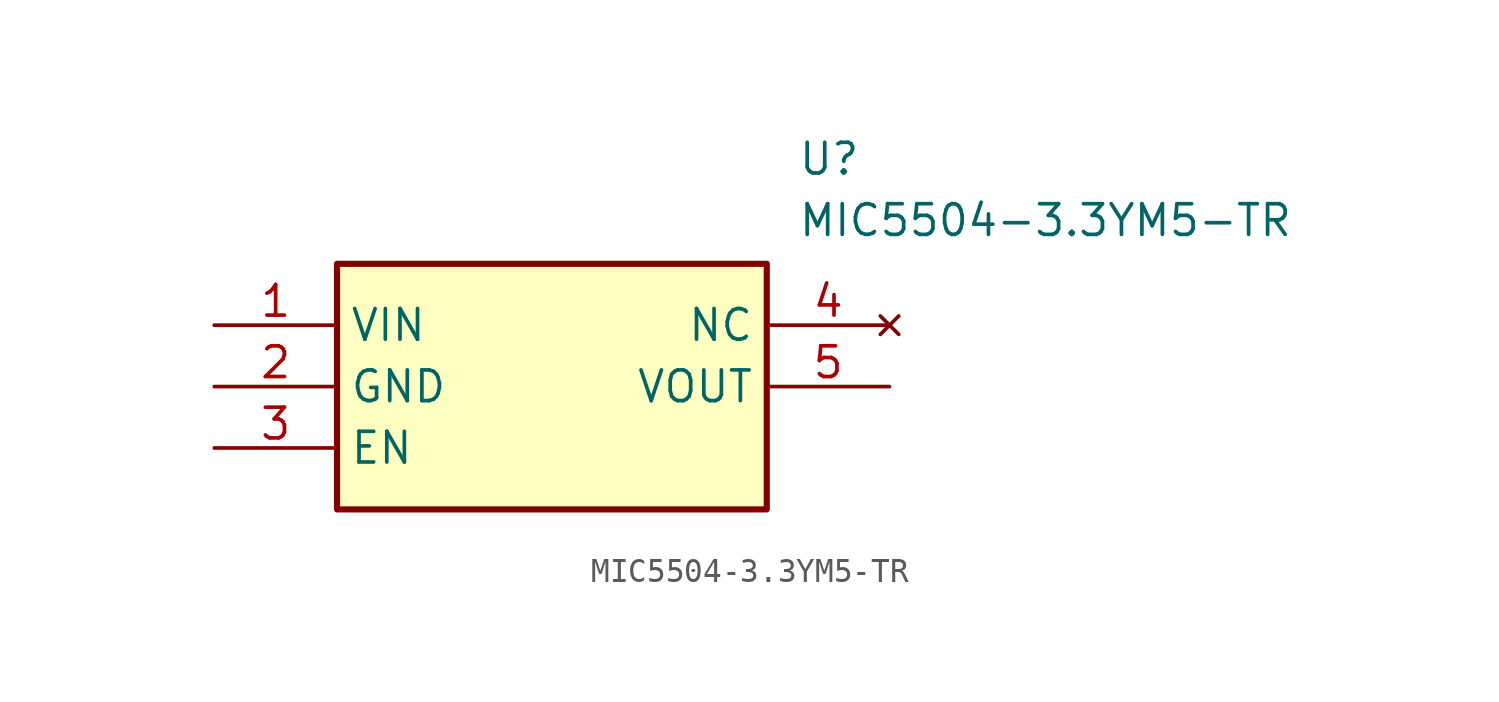
<source format=kicad_sym>
(kicad_symbol_lib
  (version 20231120)
  (generator "kicad_symbol_editor")
  (generator_version "8.0")
  (symbol "MIC5504-3.3YM5-TR"
    (property "Reference" "U"
      (at 24.13 7.62 0)
      (effects (font (size 1.27 1.27)) (justify left top)))
    (property "Value" "MIC5504-3.3YM5-TR"
      (at 24.13 5.08 0)
      (effects (font (size 1.27 1.27)) (justify left top)))
    (symbol "MIC5504-3.3YM5-TR_1_1"
      (rectangle (start 5.08 2.54) (end 22.86 -7.62) (stroke (width 0.254) (type default)) (fill (type background)))
      (pin passive line (at 0 0 0) (length 5.08) (name "VIN" (effects (font (size 1.27 1.27)))) (number "1" (effects (font (size 1.27 1.27)))))
      (pin passive line (at 0 -2.54 0) (length 5.08) (name "GND" (effects (font (size 1.27 1.27)))) (number "2" (effects (font (size 1.27 1.27)))))
      (pin passive line (at 0 -5.08 0) (length 5.08) (name "EN" (effects (font (size 1.27 1.27)))) (number "3" (effects (font (size 1.27 1.27)))))
      (pin no_connect line (at 27.94 0 180) (length 5.08) (name "NC" (effects (font (size 1.27 1.27)))) (number "4" (effects (font (size 1.27 1.27)))))
      (pin passive line (at 27.94 -2.54 180) (length 5.08) (name "VOUT" (effects (font (size 1.27 1.27)))) (number "5" (effects (font (size 1.27 1.27))))))))
</source>
